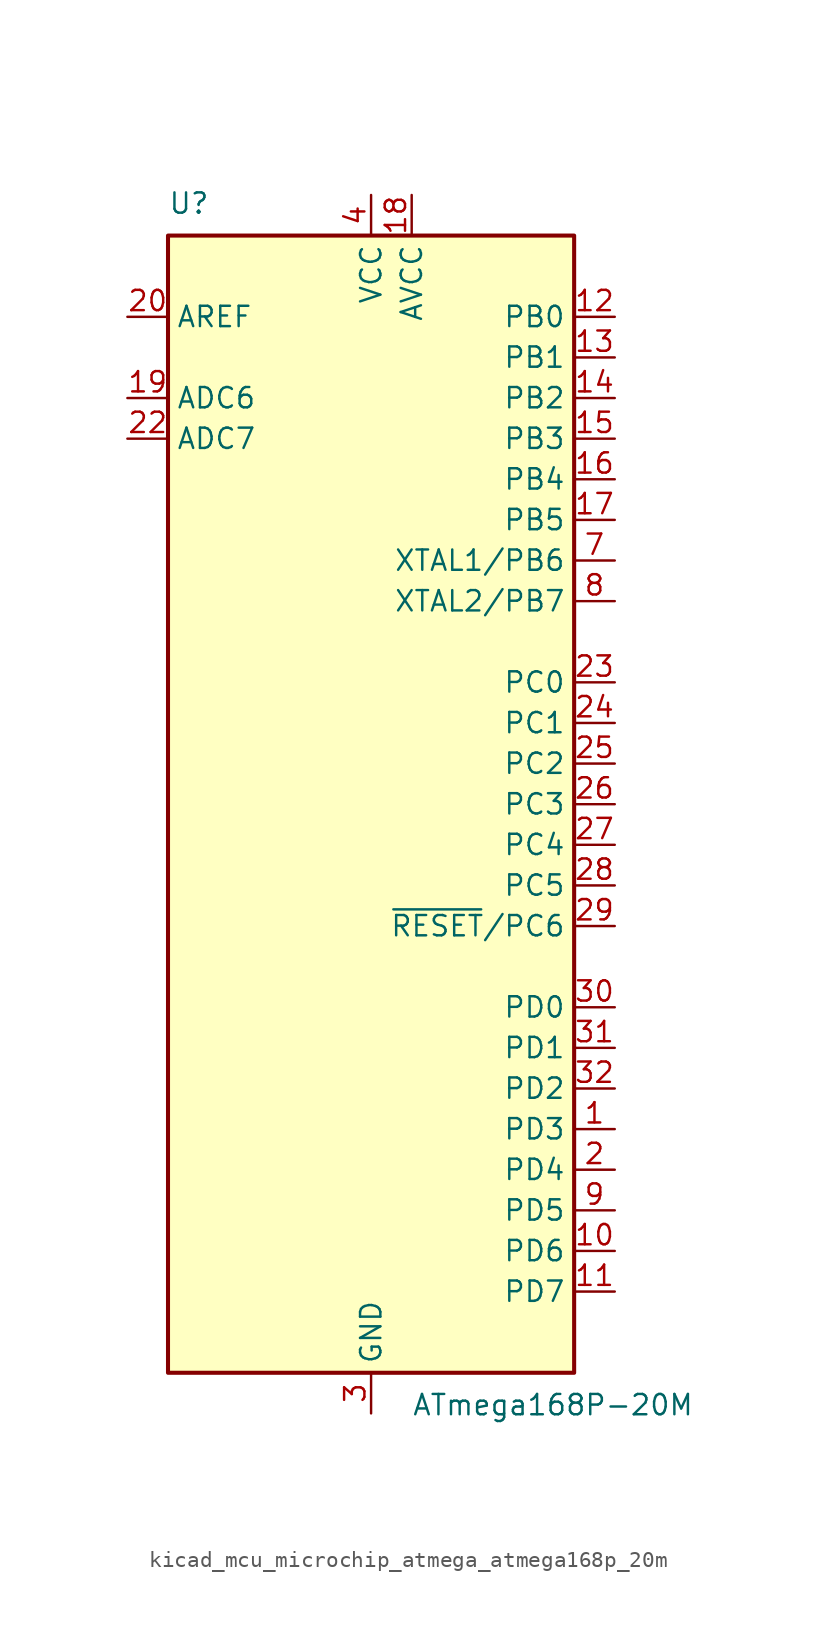
<source format=kicad_sym>
(kicad_symbol_lib
  (version 20220914)
  (generator kicad_symbol_editor)
  (symbol "kicad_mcu_microchip_atmega_atmega168p_20m"
    (property "Reference" "U"
      (at -12.7 36.83 0)
      (effects (font (size 1.27 1.27)) (justify left bottom)))
    (property "Value" "ATmega168P-20M"
      (at 2.54 -36.83 0)
      (effects (font (size 1.27 1.27)) (justify left top)))
    (symbol "kicad_mcu_microchip_atmega_atmega168p_20m_0_1"
      (rectangle (start -12.7 -35.56) (end 12.7 35.56) (stroke (width 0.254) (type default)) (fill (type background))))
    (symbol "kicad_mcu_microchip_atmega_atmega168p_20m_1_1"
      (pin bidirectional line (at 15.24 -20.32 180) (length 2.54) (name "PD3" (effects (font (size 1.27 1.27)))) (number "1" (effects (font (size 1.27 1.27)))))
      (pin bidirectional line (at 15.24 -27.94 180) (length 2.54) (name "PD6" (effects (font (size 1.27 1.27)))) (number "10" (effects (font (size 1.27 1.27)))))
      (pin bidirectional line (at 15.24 -30.48 180) (length 2.54) (name "PD7" (effects (font (size 1.27 1.27)))) (number "11" (effects (font (size 1.27 1.27)))))
      (pin bidirectional line (at 15.24 30.48 180) (length 2.54) (name "PB0" (effects (font (size 1.27 1.27)))) (number "12" (effects (font (size 1.27 1.27)))))
      (pin bidirectional line (at 15.24 27.94 180) (length 2.54) (name "PB1" (effects (font (size 1.27 1.27)))) (number "13" (effects (font (size 1.27 1.27)))))
      (pin bidirectional line (at 15.24 25.4 180) (length 2.54) (name "PB2" (effects (font (size 1.27 1.27)))) (number "14" (effects (font (size 1.27 1.27)))))
      (pin bidirectional line (at 15.24 22.86 180) (length 2.54) (name "PB3" (effects (font (size 1.27 1.27)))) (number "15" (effects (font (size 1.27 1.27)))))
      (pin bidirectional line (at 15.24 20.32 180) (length 2.54) (name "PB4" (effects (font (size 1.27 1.27)))) (number "16" (effects (font (size 1.27 1.27)))))
      (pin bidirectional line (at 15.24 17.78 180) (length 2.54) (name "PB5" (effects (font (size 1.27 1.27)))) (number "17" (effects (font (size 1.27 1.27)))))
      (pin power_in line (at 2.54 38.1 270) (length 2.54) (name "AVCC" (effects (font (size 1.27 1.27)))) (number "18" (effects (font (size 1.27 1.27)))))
      (pin input line (at -15.24 25.4 0) (length 2.54) (name "ADC6" (effects (font (size 1.27 1.27)))) (number "19" (effects (font (size 1.27 1.27)))))
      (pin bidirectional line (at 15.24 -22.86 180) (length 2.54) (name "PD4" (effects (font (size 1.27 1.27)))) (number "2" (effects (font (size 1.27 1.27)))))
      (pin passive line (at -15.24 30.48 0) (length 2.54) (name "AREF" (effects (font (size 1.27 1.27)))) (number "20" (effects (font (size 1.27 1.27)))))
      (pin passive line (at 0 -38.1 90) (length 2.54) hide (name "GND" (effects (font (size 1.27 1.27)))) (number "21" (effects (font (size 1.27 1.27)))))
      (pin input line (at -15.24 22.86 0) (length 2.54) (name "ADC7" (effects (font (size 1.27 1.27)))) (number "22" (effects (font (size 1.27 1.27)))))
      (pin bidirectional line (at 15.24 7.62 180) (length 2.54) (name "PC0" (effects (font (size 1.27 1.27)))) (number "23" (effects (font (size 1.27 1.27)))))
      (pin bidirectional line (at 15.24 5.08 180) (length 2.54) (name "PC1" (effects (font (size 1.27 1.27)))) (number "24" (effects (font (size 1.27 1.27)))))
      (pin bidirectional line (at 15.24 2.54 180) (length 2.54) (name "PC2" (effects (font (size 1.27 1.27)))) (number "25" (effects (font (size 1.27 1.27)))))
      (pin bidirectional line (at 15.24 0 180) (length 2.54) (name "PC3" (effects (font (size 1.27 1.27)))) (number "26" (effects (font (size 1.27 1.27)))))
      (pin bidirectional line (at 15.24 -2.54 180) (length 2.54) (name "PC4" (effects (font (size 1.27 1.27)))) (number "27" (effects (font (size 1.27 1.27)))))
      (pin bidirectional line (at 15.24 -5.08 180) (length 2.54) (name "PC5" (effects (font (size 1.27 1.27)))) (number "28" (effects (font (size 1.27 1.27)))))
      (pin bidirectional line (at 15.24 -7.62 180) (length 2.54) (name "~{RESET}/PC6" (effects (font (size 1.27 1.27)))) (number "29" (effects (font (size 1.27 1.27)))))
      (pin power_in line (at 0 -38.1 90) (length 2.54) (name "GND" (effects (font (size 1.27 1.27)))) (number "3" (effects (font (size 1.27 1.27)))))
      (pin bidirectional line (at 15.24 -12.7 180) (length 2.54) (name "PD0" (effects (font (size 1.27 1.27)))) (number "30" (effects (font (size 1.27 1.27)))))
      (pin bidirectional line (at 15.24 -15.24 180) (length 2.54) (name "PD1" (effects (font (size 1.27 1.27)))) (number "31" (effects (font (size 1.27 1.27)))))
      (pin bidirectional line (at 15.24 -17.78 180) (length 2.54) (name "PD2" (effects (font (size 1.27 1.27)))) (number "32" (effects (font (size 1.27 1.27)))))
      (pin passive line (at 0 -38.1 90) (length 2.54) hide (name "GND" (effects (font (size 1.27 1.27)))) (number "33" (effects (font (size 1.27 1.27)))))
      (pin power_in line (at 0 38.1 270) (length 2.54) (name "VCC" (effects (font (size 1.27 1.27)))) (number "4" (effects (font (size 1.27 1.27)))))
      (pin passive line (at 0 -38.1 90) (length 2.54) hide (name "GND" (effects (font (size 1.27 1.27)))) (number "5" (effects (font (size 1.27 1.27)))))
      (pin passive line (at 0 38.1 270) (length 2.54) hide (name "VCC" (effects (font (size 1.27 1.27)))) (number "6" (effects (font (size 1.27 1.27)))))
      (pin bidirectional line (at 15.24 15.24 180) (length 2.54) (name "XTAL1/PB6" (effects (font (size 1.27 1.27)))) (number "7" (effects (font (size 1.27 1.27)))))
      (pin bidirectional line (at 15.24 12.7 180) (length 2.54) (name "XTAL2/PB7" (effects (font (size 1.27 1.27)))) (number "8" (effects (font (size 1.27 1.27)))))
      (pin bidirectional line (at 15.24 -25.4 180) (length 2.54) (name "PD5" (effects (font (size 1.27 1.27)))) (number "9" (effects (font (size 1.27 1.27))))))))
</source>
